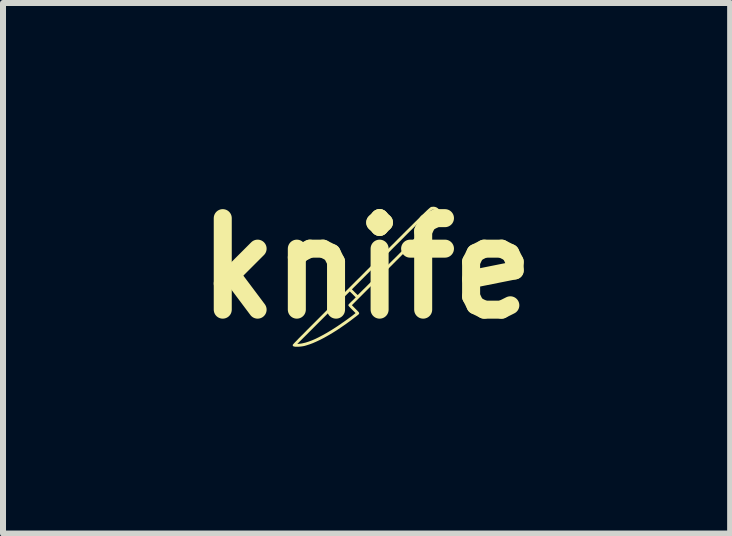
<source format=kicad_pcb>
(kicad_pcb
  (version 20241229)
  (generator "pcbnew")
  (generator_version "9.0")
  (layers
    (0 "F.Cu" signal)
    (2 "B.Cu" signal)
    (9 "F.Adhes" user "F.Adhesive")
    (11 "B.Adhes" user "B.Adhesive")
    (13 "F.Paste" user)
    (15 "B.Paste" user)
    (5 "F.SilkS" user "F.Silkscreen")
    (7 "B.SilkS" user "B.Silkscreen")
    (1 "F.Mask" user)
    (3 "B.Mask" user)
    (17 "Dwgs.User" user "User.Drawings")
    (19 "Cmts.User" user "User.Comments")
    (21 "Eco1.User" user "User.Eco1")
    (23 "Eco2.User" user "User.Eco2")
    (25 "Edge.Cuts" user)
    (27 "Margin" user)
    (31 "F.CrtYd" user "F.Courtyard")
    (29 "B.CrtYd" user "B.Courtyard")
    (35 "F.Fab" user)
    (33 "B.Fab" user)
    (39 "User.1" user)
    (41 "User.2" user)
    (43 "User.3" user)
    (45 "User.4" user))
  (footprint "knife"
    (layer "F.Cu")
    (at 3.055 1.418)
    (property "Reference" "knife" (at 0 0 0) (layer "F.SilkS") (effects (font (size 1.524 1.524) (thickness 0.3))))
    (attr board_only exclude_from_pos_files exclude_from_bom)
    (fp_poly (pts (xy 1.141 -1.022) (xy 1.164 -1.014) (xy 1.185 -1.001) (xy 1.204 -0.983) (xy 1.218 -0.962) (xy 1.221 -0.957) (xy 1.224 -0.949) (xy 1.227 -0.941) (xy 1.228 -0.932) (xy 1.229 -0.92) (xy 1.229 -0.909) (xy 1.229 -0.905) (xy 1.229 -0.901) (xy 1.23 -0.897) (xy 1.23 -0.894) (xy 1.231 -0.891) (xy 1.231 -0.888) (xy 1.23 -0.885) (xy 1.23 -0.881) (xy 1.228 -0.877) (xy 1.226 -0.873) (xy 1.223 -0.867) (xy 1.219 -0.861) (xy 1.213 -0.854) (xy 1.207 -0.846) (xy 1.199 -0.837) (xy 1.189 -0.826) (xy 1.178 -0.813) (xy 1.165 -0.799) (xy 1.15 -0.783) (xy 1.133 -0.765) (xy 1.113 -0.745) (xy 1.092 -0.723) (xy 1.068 -0.699) (xy 1.041 -0.672) (xy 1.012 -0.642) (xy 0.979 -0.61) (xy 0.944 -0.574) (xy 0.906 -0.536) (xy 0.864 -0.494) (xy 0.82 -0.45) (xy 0.771 -0.401) (xy 0.719 -0.349) (xy 0.664 -0.294) (xy 0.604 -0.234) (xy 0.541 -0.171) (xy 0.485 -0.115) (xy -0.244 0.615) (xy -0.184 0.676) (xy -0.166 0.694) (xy -0.152 0.708) (xy -0.142 0.719) (xy -0.134 0.727) (xy -0.129 0.734) (xy -0.126 0.739) (xy -0.124 0.743) (xy -0.123 0.746) (xy -0.123 0.748) (xy -0.123 0.752) (xy -0.124 0.756) (xy -0.126 0.76) (xy -0.129 0.764) (xy -0.134 0.77) (xy -0.142 0.777) (xy -0.154 0.786) (xy -0.169 0.798) (xy -0.188 0.813) (xy -0.189 0.813) (xy -0.267 0.873) (xy -0.344 0.929) (xy -0.421 0.982) (xy -0.495 1.032) (xy -0.569 1.078) (xy -0.64 1.12) (xy -0.709 1.159) (xy -0.775 1.193) (xy -0.839 1.223) (xy -0.899 1.249) (xy -0.956 1.27) (xy -0.963 1.272) (xy -0.997 1.283) (xy -1.027 1.292) (xy -1.055 1.298) (xy -1.081 1.302) (xy -1.107 1.305) (xy -1.134 1.307) (xy -1.139 1.307) (xy -1.155 1.307) (xy -1.17 1.307) (xy -1.182 1.307) (xy -1.189 1.307) (xy -1.191 1.307) (xy -1.197 1.305) (xy -1.205 1.304) (xy -1.207 1.304) (xy -1.22 1.299) (xy -1.227 1.292) (xy -1.23 1.28) (xy -1.23 1.279) (xy -1.23 1.278) (xy -1.23 1.277) (xy -1.229 1.276) (xy -1.228 1.274) (xy -1.227 1.272) (xy -1.224 1.269) (xy -1.221 1.265) (xy -1.218 1.261) (xy -1.217 1.261) (xy -1.154 1.261) (xy -1.127 1.259) (xy -1.112 1.257) (xy -1.095 1.255) (xy -1.076 1.252) (xy -1.062 1.249) (xy -1.015 1.238) (xy -0.965 1.222) (xy -0.911 1.202) (xy -0.853 1.177) (xy -0.792 1.147) (xy -0.728 1.113) (xy -0.66 1.075) (xy -0.59 1.033) (xy -0.516 0.986) (xy -0.481 0.963) (xy -0.458 0.947) (xy -0.432 0.93) (xy -0.406 0.911) (xy -0.378 0.892) (xy -0.35 0.872) (xy -0.323 0.853) (xy -0.296 0.833) (xy -0.271 0.815) (xy -0.248 0.798) (xy -0.228 0.783) (xy -0.211 0.769) (xy -0.198 0.759) (xy -0.19 0.752) (xy -0.183 0.746) (xy -0.243 0.686) (xy -0.261 0.668) (xy -0.274 0.654) (xy -0.285 0.643) (xy -0.293 0.634) (xy -0.298 0.628) (xy -0.301 0.623) (xy -0.302 0.619) (xy -0.303 0.616) (xy -0.303 0.615) (xy -0.303 0.612) (xy -0.301 0.608) (xy -0.299 0.604) (xy -0.294 0.598) (xy -0.288 0.591) (xy -0.278 0.581) (xy -0.265 0.568) (xy -0.249 0.552) (xy -0.241 0.545) (xy -0.18 0.485) (xy -0.229 0.435) (xy -0.279 0.386) (xy -1.154 1.261) (xy -1.217 1.261) (xy -1.213 1.256) (xy -1.207 1.249) (xy -1.2 1.242) (xy -1.192 1.233) (xy -1.182 1.223) (xy -1.171 1.212) (xy -1.158 1.199) (xy -1.144 1.184) (xy -1.128 1.167) (xy -1.11 1.149) (xy -1.09 1.129) (xy -1.067 1.106) (xy -1.043 1.082) (xy -1.016 1.055) (xy -0.987 1.025) (xy -0.955 0.993) (xy -0.921 0.959) (xy -0.883 0.921) (xy -0.843 0.881) (xy -0.8 0.838) (xy -0.754 0.792) (xy -0.705 0.743) (xy -0.653 0.69) (xy -0.597 0.634) (xy -0.537 0.575) (xy -0.474 0.512) (xy -0.407 0.445) (xy -0.337 0.374) (xy -0.314 0.351) (xy -0.244 0.351) (xy -0.197 0.399) (xy -0.183 0.413) (xy -0.17 0.425) (xy -0.16 0.435) (xy -0.152 0.442) (xy -0.148 0.446) (xy -0.147 0.446) (xy -0.144 0.444) (xy -0.138 0.438) (xy -0.128 0.428) (xy -0.114 0.414) (xy -0.096 0.396) (xy -0.075 0.375) (xy -0.051 0.351) (xy -0.023 0.324) (xy 0.007 0.294) (xy 0.04 0.261) (xy 0.076 0.225) (xy 0.114 0.187) (xy 0.155 0.146) (xy 0.198 0.104) (xy 0.242 0.059) (xy 0.289 0.013) (xy 0.337 -0.035) (xy 0.386 -0.084) (xy 0.437 -0.135) (xy 0.49 -0.187) (xy 0.513 -0.21) (xy 0.578 -0.276) (xy 0.64 -0.337) (xy 0.697 -0.394) (xy 0.75 -0.448) (xy 0.8 -0.497) (xy 0.846 -0.543) (xy 0.889 -0.586) (xy 0.928 -0.625) (xy 0.963 -0.661) (xy 0.996 -0.693) (xy 1.025 -0.723) (xy 1.051 -0.749) (xy 1.075 -0.773) (xy 1.095 -0.794) (xy 1.113 -0.812) (xy 1.129 -0.828) (xy 1.142 -0.842) (xy 1.153 -0.853) (xy 1.161 -0.862) (xy 1.168 -0.869) (xy 1.172 -0.874) (xy 1.175 -0.878) (xy 1.176 -0.879) (xy 1.181 -0.898) (xy 1.182 -0.917) (xy 1.177 -0.935) (xy 1.167 -0.952) (xy 1.153 -0.965) (xy 1.145 -0.97) (xy 1.129 -0.975) (xy 1.11 -0.976) (xy 1.092 -0.973) (xy 1.083 -0.97) (xy 1.081 -0.968) (xy 1.076 -0.964) (xy 1.068 -0.957) (xy 1.059 -0.948) (xy 1.046 -0.936) (xy 1.031 -0.922) (xy 1.013 -0.904) (xy 0.993 -0.884) (xy 0.969 -0.861) (xy 0.942 -0.834) (xy 0.912 -0.804) (xy 0.879 -0.771) (xy 0.842 -0.735) (xy 0.802 -0.695) (xy 0.759 -0.652) (xy 0.711 -0.605) (xy 0.66 -0.554) (xy 0.606 -0.499) (xy 0.547 -0.44) (xy 0.484 -0.378) (xy 0.417 -0.311) (xy 0.413 -0.306) (xy -0.244 0.351) (xy -0.314 0.351) (xy -0.263 0.3) (xy -0.184 0.221) (xy -0.101 0.139) (xy -0.095 0.133) (xy -0.012 0.049) (xy 0.068 -0.03) (xy 0.143 -0.106) (xy 0.214 -0.177) (xy 0.282 -0.245) (xy 0.346 -0.308) (xy 0.406 -0.369) (xy 0.463 -0.425) (xy 0.516 -0.479) (xy 0.566 -0.529) (xy 0.613 -0.576) (xy 0.657 -0.62) (xy 0.698 -0.66) (xy 0.736 -0.698) (xy 0.772 -0.734) (xy 0.804 -0.766) (xy 0.835 -0.796) (xy 0.863 -0.824) (xy 0.888 -0.849) (xy 0.911 -0.872) (xy 0.933 -0.893) (xy 0.952 -0.911) (xy 0.969 -0.928) (xy 0.985 -0.943) (xy 0.999 -0.957) (xy 1.011 -0.968) (xy 1.022 -0.978) (xy 1.032 -0.987) (xy 1.041 -0.995) (xy 1.048 -1.001) (xy 1.054 -1.006) (xy 1.06 -1.011) (xy 1.064 -1.014) (xy 1.068 -1.017) (xy 1.072 -1.019) (xy 1.075 -1.02) (xy 1.077 -1.021) (xy 1.079 -1.022) (xy 1.082 -1.022) (xy 1.084 -1.022) (xy 1.086 -1.022) (xy 1.088 -1.023) (xy 1.091 -1.023) (xy 1.091 -1.023) (xy 1.116 -1.025)) (stroke (width 0) (type solid)) (fill yes) (layer "F.SilkS")))
  (gr_rect
    (start -3 -3)
    (end 9.111 5.836)
    (stroke (width 0.1) (type default))
    (fill no)
    (layer "Edge.Cuts")))
</source>
